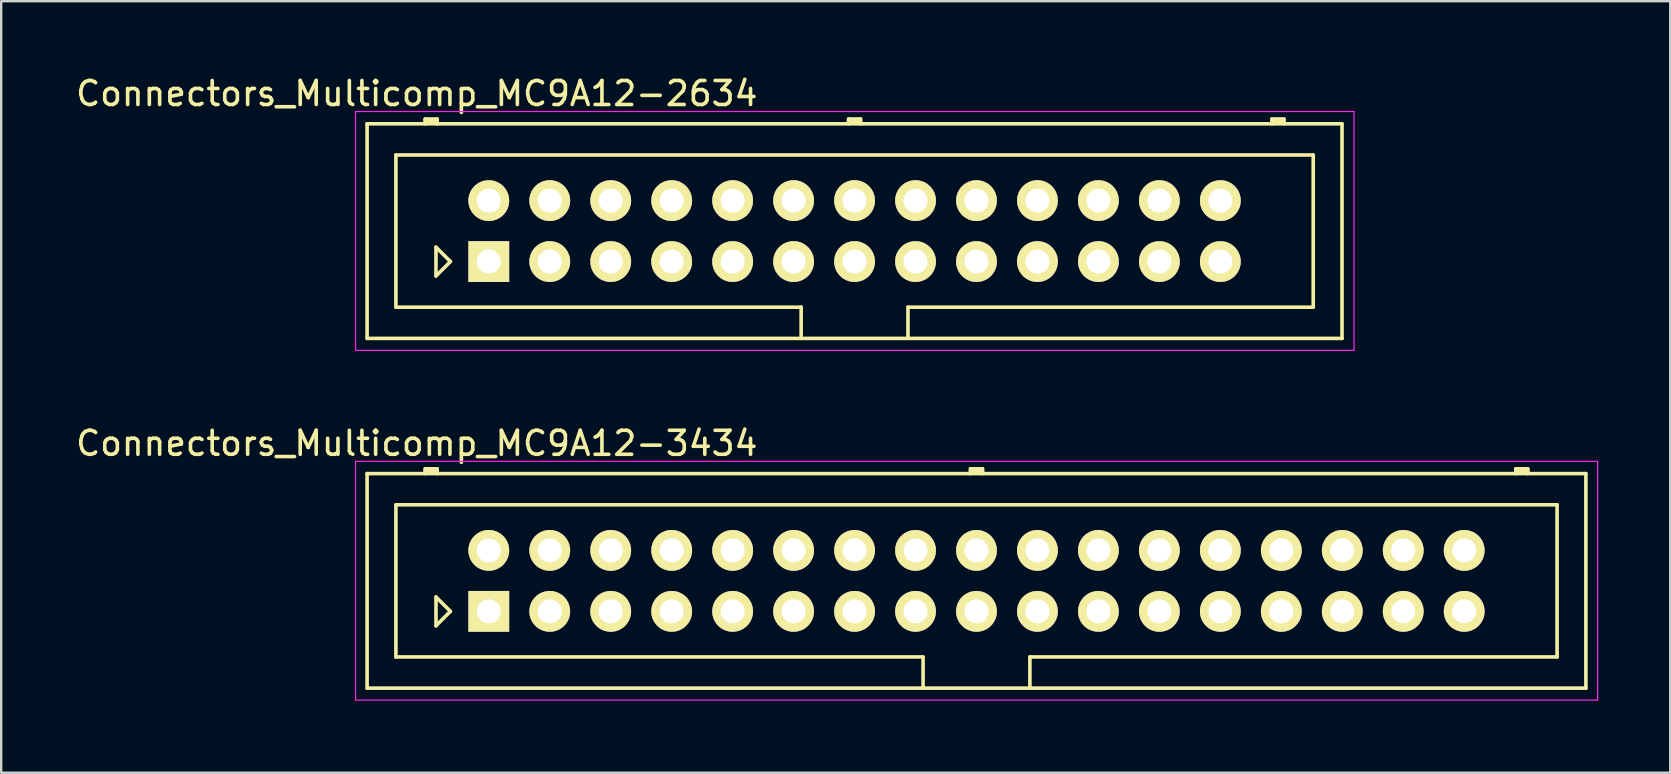
<source format=kicad_pcb>
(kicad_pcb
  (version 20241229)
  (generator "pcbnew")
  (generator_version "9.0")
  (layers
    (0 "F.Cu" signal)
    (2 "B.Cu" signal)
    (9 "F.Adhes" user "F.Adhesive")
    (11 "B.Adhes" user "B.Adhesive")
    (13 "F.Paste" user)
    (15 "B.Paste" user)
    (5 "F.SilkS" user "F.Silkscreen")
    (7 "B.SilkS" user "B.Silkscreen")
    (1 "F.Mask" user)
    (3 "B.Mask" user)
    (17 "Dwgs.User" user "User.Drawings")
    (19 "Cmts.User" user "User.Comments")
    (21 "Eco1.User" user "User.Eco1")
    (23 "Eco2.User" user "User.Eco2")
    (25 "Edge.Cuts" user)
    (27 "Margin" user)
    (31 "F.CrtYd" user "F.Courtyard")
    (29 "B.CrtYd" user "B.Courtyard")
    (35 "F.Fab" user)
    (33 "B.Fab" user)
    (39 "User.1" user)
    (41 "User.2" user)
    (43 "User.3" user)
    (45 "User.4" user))
  (footprint "Connectors_Multicomp_MC9A12-2634"
    (layer "F.Cu")
    (at 17.315 7.848)
    (property "Reference" "Connectors_Multicomp_MC9A12-2634" (at -3 -7 0) (layer "F.SilkS") (effects (font (size 1 1) (thickness 0.15))))
    (attr through_hole)
    (fp_line (start -5.07 -5.74) (end 35.55 -5.74) (stroke (width 0.15) (type solid)) (layer "F.SilkS"))
    (fp_line (start -5.07 3.2) (end -5.07 -5.74) (stroke (width 0.15) (type solid)) (layer "F.SilkS"))
    (fp_line (start -3.87 -4.44) (end 34.35 -4.44) (stroke (width 0.15) (type solid)) (layer "F.SilkS"))
    (fp_line (start -3.87 1.9) (end -3.87 -4.44) (stroke (width 0.15) (type solid)) (layer "F.SilkS"))
    (fp_line (start -2.65 -5.94) (end -2.15 -5.94) (stroke (width 0.15) (type solid)) (layer "F.SilkS"))
    (fp_line (start -2.65 -5.84) (end -2.15 -5.84) (stroke (width 0.15) (type solid)) (layer "F.SilkS"))
    (fp_line (start -2.65 -5.74) (end -2.65 -5.94) (stroke (width 0.15) (type solid)) (layer "F.SilkS"))
    (fp_line (start -2.2 -0.6) (end -1.6 0) (stroke (width 0.15) (type solid)) (layer "F.SilkS"))
    (fp_line (start -2.2 0.6) (end -2.2 -0.6) (stroke (width 0.15) (type solid)) (layer "F.SilkS"))
    (fp_line (start -2.15 -5.94) (end -2.15 -5.74) (stroke (width 0.15) (type solid)) (layer "F.SilkS"))
    (fp_line (start -1.6 0) (end -2.2 0.6) (stroke (width 0.15) (type solid)) (layer "F.SilkS"))
    (fp_line (start 13.015 1.9) (end -3.87 1.9) (stroke (width 0.15) (type solid)) (layer "F.SilkS"))
    (fp_line (start 13.015 3.2) (end 13.015 1.9) (stroke (width 0.15) (type solid)) (layer "F.SilkS"))
    (fp_line (start 14.99 -5.94) (end 15.49 -5.94) (stroke (width 0.15) (type solid)) (layer "F.SilkS"))
    (fp_line (start 14.99 -5.84) (end 15.49 -5.84) (stroke (width 0.15) (type solid)) (layer "F.SilkS"))
    (fp_line (start 14.99 -5.74) (end 14.99 -5.94) (stroke (width 0.15) (type solid)) (layer "F.SilkS"))
    (fp_line (start 15.49 -5.94) (end 15.49 -5.74) (stroke (width 0.15) (type solid)) (layer "F.SilkS"))
    (fp_line (start 17.465 1.9) (end 17.465 3.2) (stroke (width 0.15) (type solid)) (layer "F.SilkS"))
    (fp_line (start 32.63 -5.94) (end 33.13 -5.94) (stroke (width 0.15) (type solid)) (layer "F.SilkS"))
    (fp_line (start 32.63 -5.84) (end 33.13 -5.84) (stroke (width 0.15) (type solid)) (layer "F.SilkS"))
    (fp_line (start 32.63 -5.74) (end 32.63 -5.94) (stroke (width 0.15) (type solid)) (layer "F.SilkS"))
    (fp_line (start 33.13 -5.94) (end 33.13 -5.74) (stroke (width 0.15) (type solid)) (layer "F.SilkS"))
    (fp_line (start 34.35 -4.44) (end 34.35 1.9) (stroke (width 0.15) (type solid)) (layer "F.SilkS"))
    (fp_line (start 34.35 1.9) (end 17.465 1.9) (stroke (width 0.15) (type solid)) (layer "F.SilkS"))
    (fp_line (start 35.55 -5.74) (end 35.55 3.2) (stroke (width 0.15) (type solid)) (layer "F.SilkS"))
    (fp_line (start 35.55 3.2) (end -5.07 3.2) (stroke (width 0.15) (type solid)) (layer "F.SilkS"))
    (fp_line (start -5.55 -6.25) (end 36.05 -6.25) (stroke (width 0.05) (type solid)) (layer "F.CrtYd"))
    (fp_line (start -5.55 3.7) (end -5.55 -6.25) (stroke (width 0.05) (type solid)) (layer "F.CrtYd"))
    (fp_line (start 36.05 -6.25) (end 36.05 3.7) (stroke (width 0.05) (type solid)) (layer "F.CrtYd"))
    (fp_line (start 36.05 3.7) (end -5.55 3.7) (stroke (width 0.05) (type solid)) (layer "F.CrtYd"))
    (pad "1" thru_hole rect (at 0 0) (size 1.7 1.7) (drill 1) (layers "*.Cu" "*.Mask" "F.SilkS"))
    (pad "2" thru_hole circle (at 0 -2.54) (size 1.7 1.7) (drill 1) (layers "*.Cu" "*.Mask" "F.SilkS"))
    (pad "3" thru_hole circle (at 2.54 0) (size 1.7 1.7) (drill 1) (layers "*.Cu" "*.Mask" "F.SilkS"))
    (pad "4" thru_hole circle (at 2.54 -2.54) (size 1.7 1.7) (drill 1) (layers "*.Cu" "*.Mask" "F.SilkS"))
    (pad "5" thru_hole circle (at 5.08 0) (size 1.7 1.7) (drill 1) (layers "*.Cu" "*.Mask" "F.SilkS"))
    (pad "6" thru_hole circle (at 5.08 -2.54) (size 1.7 1.7) (drill 1) (layers "*.Cu" "*.Mask" "F.SilkS"))
    (pad "7" thru_hole circle (at 7.62 0) (size 1.7 1.7) (drill 1) (layers "*.Cu" "*.Mask" "F.SilkS"))
    (pad "8" thru_hole circle (at 7.62 -2.54) (size 1.7 1.7) (drill 1) (layers "*.Cu" "*.Mask" "F.SilkS"))
    (pad "9" thru_hole circle (at 10.16 0) (size 1.7 1.7) (drill 1) (layers "*.Cu" "*.Mask" "F.SilkS"))
    (pad "10" thru_hole circle (at 10.16 -2.54) (size 1.7 1.7) (drill 1) (layers "*.Cu" "*.Mask" "F.SilkS"))
    (pad "11" thru_hole circle (at 12.7 0) (size 1.7 1.7) (drill 1) (layers "*.Cu" "*.Mask" "F.SilkS"))
    (pad "12" thru_hole circle (at 12.7 -2.54) (size 1.7 1.7) (drill 1) (layers "*.Cu" "*.Mask" "F.SilkS"))
    (pad "13" thru_hole circle (at 15.24 0) (size 1.7 1.7) (drill 1) (layers "*.Cu" "*.Mask" "F.SilkS"))
    (pad "14" thru_hole circle (at 15.24 -2.54) (size 1.7 1.7) (drill 1) (layers "*.Cu" "*.Mask" "F.SilkS"))
    (pad "15" thru_hole circle (at 17.78 0) (size 1.7 1.7) (drill 1) (layers "*.Cu" "*.Mask" "F.SilkS"))
    (pad "16" thru_hole circle (at 17.78 -2.54) (size 1.7 1.7) (drill 1) (layers "*.Cu" "*.Mask" "F.SilkS"))
    (pad "17" thru_hole circle (at 20.32 0) (size 1.7 1.7) (drill 1) (layers "*.Cu" "*.Mask" "F.SilkS"))
    (pad "18" thru_hole circle (at 20.32 -2.54) (size 1.7 1.7) (drill 1) (layers "*.Cu" "*.Mask" "F.SilkS"))
    (pad "19" thru_hole circle (at 22.86 0) (size 1.7 1.7) (drill 1) (layers "*.Cu" "*.Mask" "F.SilkS"))
    (pad "20" thru_hole circle (at 22.86 -2.54) (size 1.7 1.7) (drill 1) (layers "*.Cu" "*.Mask" "F.SilkS"))
    (pad "21" thru_hole circle (at 25.4 0) (size 1.7 1.7) (drill 1) (layers "*.Cu" "*.Mask" "F.SilkS"))
    (pad "22" thru_hole circle (at 25.4 -2.54) (size 1.7 1.7) (drill 1) (layers "*.Cu" "*.Mask" "F.SilkS"))
    (pad "23" thru_hole circle (at 27.94 0) (size 1.7 1.7) (drill 1) (layers "*.Cu" "*.Mask" "F.SilkS"))
    (pad "24" thru_hole circle (at 27.94 -2.54) (size 1.7 1.7) (drill 1) (layers "*.Cu" "*.Mask" "F.SilkS"))
    (pad "25" thru_hole circle (at 30.48 0) (size 1.7 1.7) (drill 1) (layers "*.Cu" "*.Mask" "F.SilkS"))
    (pad "26" thru_hole circle (at 30.48 -2.54) (size 1.7 1.7) (drill 1) (layers "*.Cu" "*.Mask" "F.SilkS")))
  (footprint "Connectors_Multicomp_MC9A12-3434"
    (layer "F.Cu")
    (at 17.315 22.422)
    (property "Reference" "Connectors_Multicomp_MC9A12-3434" (at -3 -7 0) (layer "F.SilkS") (effects (font (size 1 1) (thickness 0.15))))
    (attr through_hole)
    (fp_line (start -5.07 -5.74) (end 45.71 -5.74) (stroke (width 0.15) (type solid)) (layer "F.SilkS"))
    (fp_line (start -5.07 3.2) (end -5.07 -5.74) (stroke (width 0.15) (type solid)) (layer "F.SilkS"))
    (fp_line (start -3.87 -4.44) (end 44.51 -4.44) (stroke (width 0.15) (type solid)) (layer "F.SilkS"))
    (fp_line (start -3.87 1.9) (end -3.87 -4.44) (stroke (width 0.15) (type solid)) (layer "F.SilkS"))
    (fp_line (start -2.65 -5.94) (end -2.15 -5.94) (stroke (width 0.15) (type solid)) (layer "F.SilkS"))
    (fp_line (start -2.65 -5.84) (end -2.15 -5.84) (stroke (width 0.15) (type solid)) (layer "F.SilkS"))
    (fp_line (start -2.65 -5.74) (end -2.65 -5.94) (stroke (width 0.15) (type solid)) (layer "F.SilkS"))
    (fp_line (start -2.2 -0.6) (end -1.6 0) (stroke (width 0.15) (type solid)) (layer "F.SilkS"))
    (fp_line (start -2.2 0.6) (end -2.2 -0.6) (stroke (width 0.15) (type solid)) (layer "F.SilkS"))
    (fp_line (start -2.15 -5.94) (end -2.15 -5.74) (stroke (width 0.15) (type solid)) (layer "F.SilkS"))
    (fp_line (start -1.6 0) (end -2.2 0.6) (stroke (width 0.15) (type solid)) (layer "F.SilkS"))
    (fp_line (start 18.095 1.9) (end -3.87 1.9) (stroke (width 0.15) (type solid)) (layer "F.SilkS"))
    (fp_line (start 18.095 3.2) (end 18.095 1.9) (stroke (width 0.15) (type solid)) (layer "F.SilkS"))
    (fp_line (start 20.07 -5.94) (end 20.57 -5.94) (stroke (width 0.15) (type solid)) (layer "F.SilkS"))
    (fp_line (start 20.07 -5.84) (end 20.57 -5.84) (stroke (width 0.15) (type solid)) (layer "F.SilkS"))
    (fp_line (start 20.07 -5.74) (end 20.07 -5.94) (stroke (width 0.15) (type solid)) (layer "F.SilkS"))
    (fp_line (start 20.57 -5.94) (end 20.57 -5.74) (stroke (width 0.15) (type solid)) (layer "F.SilkS"))
    (fp_line (start 22.545 1.9) (end 22.545 3.2) (stroke (width 0.15) (type solid)) (layer "F.SilkS"))
    (fp_line (start 42.79 -5.94) (end 43.29 -5.94) (stroke (width 0.15) (type solid)) (layer "F.SilkS"))
    (fp_line (start 42.79 -5.84) (end 43.29 -5.84) (stroke (width 0.15) (type solid)) (layer "F.SilkS"))
    (fp_line (start 42.79 -5.74) (end 42.79 -5.94) (stroke (width 0.15) (type solid)) (layer "F.SilkS"))
    (fp_line (start 43.29 -5.94) (end 43.29 -5.74) (stroke (width 0.15) (type solid)) (layer "F.SilkS"))
    (fp_line (start 44.51 -4.44) (end 44.51 1.9) (stroke (width 0.15) (type solid)) (layer "F.SilkS"))
    (fp_line (start 44.51 1.9) (end 22.545 1.9) (stroke (width 0.15) (type solid)) (layer "F.SilkS"))
    (fp_line (start 45.71 -5.74) (end 45.71 3.2) (stroke (width 0.15) (type solid)) (layer "F.SilkS"))
    (fp_line (start 45.71 3.2) (end -5.07 3.2) (stroke (width 0.15) (type solid)) (layer "F.SilkS"))
    (fp_line (start -5.55 -6.25) (end 46.2 -6.25) (stroke (width 0.05) (type solid)) (layer "F.CrtYd"))
    (fp_line (start -5.55 3.7) (end -5.55 -6.25) (stroke (width 0.05) (type solid)) (layer "F.CrtYd"))
    (fp_line (start 46.2 -6.25) (end 46.2 3.7) (stroke (width 0.05) (type solid)) (layer "F.CrtYd"))
    (fp_line (start 46.2 3.7) (end -5.55 3.7) (stroke (width 0.05) (type solid)) (layer "F.CrtYd"))
    (pad "1" thru_hole rect (at 0 0) (size 1.7 1.7) (drill 1) (layers "*.Cu" "*.Mask" "F.SilkS"))
    (pad "2" thru_hole circle (at 0 -2.54) (size 1.7 1.7) (drill 1) (layers "*.Cu" "*.Mask" "F.SilkS"))
    (pad "3" thru_hole circle (at 2.54 0) (size 1.7 1.7) (drill 1) (layers "*.Cu" "*.Mask" "F.SilkS"))
    (pad "4" thru_hole circle (at 2.54 -2.54) (size 1.7 1.7) (drill 1) (layers "*.Cu" "*.Mask" "F.SilkS"))
    (pad "5" thru_hole circle (at 5.08 0) (size 1.7 1.7) (drill 1) (layers "*.Cu" "*.Mask" "F.SilkS"))
    (pad "6" thru_hole circle (at 5.08 -2.54) (size 1.7 1.7) (drill 1) (layers "*.Cu" "*.Mask" "F.SilkS"))
    (pad "7" thru_hole circle (at 7.62 0) (size 1.7 1.7) (drill 1) (layers "*.Cu" "*.Mask" "F.SilkS"))
    (pad "8" thru_hole circle (at 7.62 -2.54) (size 1.7 1.7) (drill 1) (layers "*.Cu" "*.Mask" "F.SilkS"))
    (pad "9" thru_hole circle (at 10.16 0) (size 1.7 1.7) (drill 1) (layers "*.Cu" "*.Mask" "F.SilkS"))
    (pad "10" thru_hole circle (at 10.16 -2.54) (size 1.7 1.7) (drill 1) (layers "*.Cu" "*.Mask" "F.SilkS"))
    (pad "11" thru_hole circle (at 12.7 0) (size 1.7 1.7) (drill 1) (layers "*.Cu" "*.Mask" "F.SilkS"))
    (pad "12" thru_hole circle (at 12.7 -2.54) (size 1.7 1.7) (drill 1) (layers "*.Cu" "*.Mask" "F.SilkS"))
    (pad "13" thru_hole circle (at 15.24 0) (size 1.7 1.7) (drill 1) (layers "*.Cu" "*.Mask" "F.SilkS"))
    (pad "14" thru_hole circle (at 15.24 -2.54) (size 1.7 1.7) (drill 1) (layers "*.Cu" "*.Mask" "F.SilkS"))
    (pad "15" thru_hole circle (at 17.78 0) (size 1.7 1.7) (drill 1) (layers "*.Cu" "*.Mask" "F.SilkS"))
    (pad "16" thru_hole circle (at 17.78 -2.54) (size 1.7 1.7) (drill 1) (layers "*.Cu" "*.Mask" "F.SilkS"))
    (pad "17" thru_hole circle (at 20.32 0) (size 1.7 1.7) (drill 1) (layers "*.Cu" "*.Mask" "F.SilkS"))
    (pad "18" thru_hole circle (at 20.32 -2.54) (size 1.7 1.7) (drill 1) (layers "*.Cu" "*.Mask" "F.SilkS"))
    (pad "19" thru_hole circle (at 22.86 0) (size 1.7 1.7) (drill 1) (layers "*.Cu" "*.Mask" "F.SilkS"))
    (pad "20" thru_hole circle (at 22.86 -2.54) (size 1.7 1.7) (drill 1) (layers "*.Cu" "*.Mask" "F.SilkS"))
    (pad "21" thru_hole circle (at 25.4 0) (size 1.7 1.7) (drill 1) (layers "*.Cu" "*.Mask" "F.SilkS"))
    (pad "22" thru_hole circle (at 25.4 -2.54) (size 1.7 1.7) (drill 1) (layers "*.Cu" "*.Mask" "F.SilkS"))
    (pad "23" thru_hole circle (at 27.94 0) (size 1.7 1.7) (drill 1) (layers "*.Cu" "*.Mask" "F.SilkS"))
    (pad "24" thru_hole circle (at 27.94 -2.54) (size 1.7 1.7) (drill 1) (layers "*.Cu" "*.Mask" "F.SilkS"))
    (pad "25" thru_hole circle (at 30.48 0) (size 1.7 1.7) (drill 1) (layers "*.Cu" "*.Mask" "F.SilkS"))
    (pad "26" thru_hole circle (at 30.48 -2.54) (size 1.7 1.7) (drill 1) (layers "*.Cu" "*.Mask" "F.SilkS"))
    (pad "27" thru_hole circle (at 33.02 0) (size 1.7 1.7) (drill 1) (layers "*.Cu" "*.Mask" "F.SilkS"))
    (pad "28" thru_hole circle (at 33.02 -2.54) (size 1.7 1.7) (drill 1) (layers "*.Cu" "*.Mask" "F.SilkS"))
    (pad "29" thru_hole circle (at 35.56 0) (size 1.7 1.7) (drill 1) (layers "*.Cu" "*.Mask" "F.SilkS"))
    (pad "30" thru_hole circle (at 35.56 -2.54) (size 1.7 1.7) (drill 1) (layers "*.Cu" "*.Mask" "F.SilkS"))
    (pad "31" thru_hole circle (at 38.1 0) (size 1.7 1.7) (drill 1) (layers "*.Cu" "*.Mask" "F.SilkS"))
    (pad "32" thru_hole circle (at 38.1 -2.54) (size 1.7 1.7) (drill 1) (layers "*.Cu" "*.Mask" "F.SilkS"))
    (pad "33" thru_hole circle (at 40.64 0) (size 1.7 1.7) (drill 1) (layers "*.Cu" "*.Mask" "F.SilkS"))
    (pad "34" thru_hole circle (at 40.64 -2.54) (size 1.7 1.7) (drill 1) (layers "*.Cu" "*.Mask" "F.SilkS")))
  (gr_rect
    (start -3 -3)
    (end 66.54 29.146)
    (stroke (width 0.1) (type default))
    (fill no)
    (layer "Edge.Cuts")))
</source>
